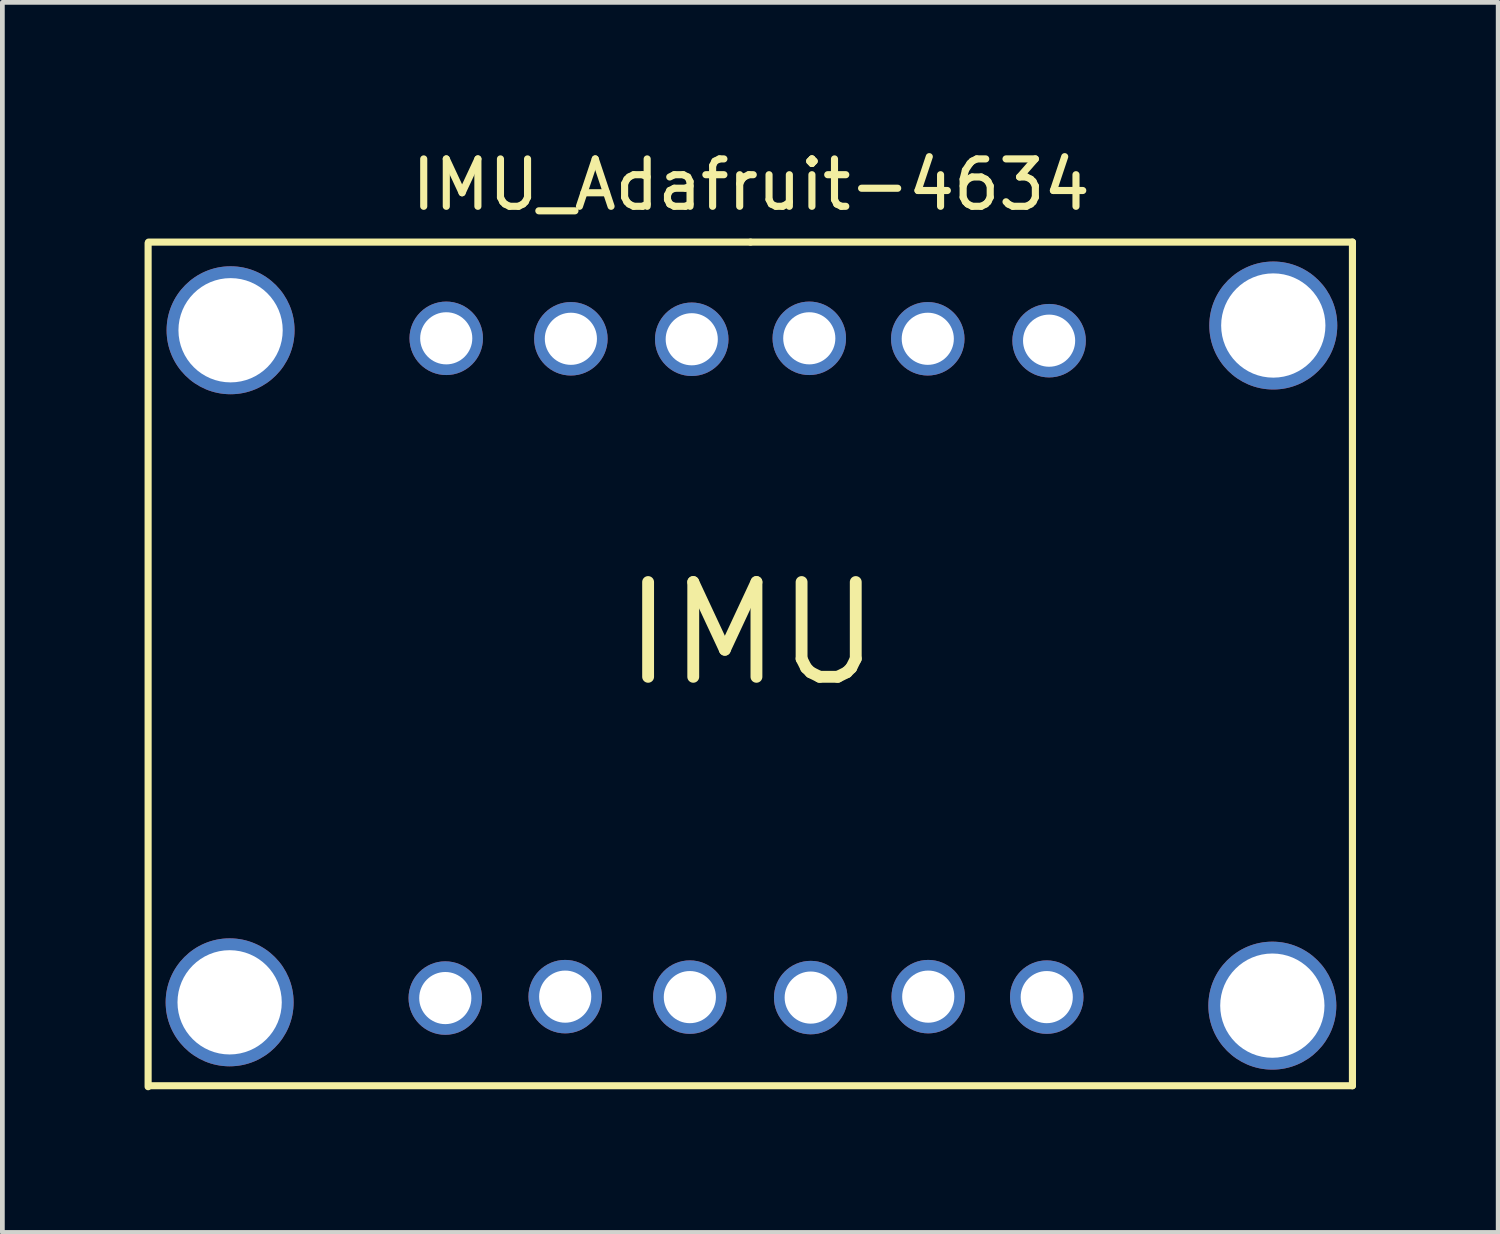
<source format=kicad_pcb>
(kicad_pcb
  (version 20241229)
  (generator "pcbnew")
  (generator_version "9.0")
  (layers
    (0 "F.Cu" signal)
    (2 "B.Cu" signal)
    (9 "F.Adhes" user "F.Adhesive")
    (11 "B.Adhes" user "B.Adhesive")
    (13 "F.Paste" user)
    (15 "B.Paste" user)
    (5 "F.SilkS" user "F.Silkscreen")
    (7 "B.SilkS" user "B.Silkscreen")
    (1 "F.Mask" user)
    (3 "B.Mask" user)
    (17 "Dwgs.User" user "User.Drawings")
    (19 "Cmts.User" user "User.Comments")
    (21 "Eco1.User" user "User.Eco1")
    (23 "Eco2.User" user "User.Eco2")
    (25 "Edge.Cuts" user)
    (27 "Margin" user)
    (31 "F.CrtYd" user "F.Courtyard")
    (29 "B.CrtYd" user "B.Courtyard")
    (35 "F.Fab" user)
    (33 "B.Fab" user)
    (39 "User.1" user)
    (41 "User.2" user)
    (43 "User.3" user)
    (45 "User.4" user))
  (footprint "IMU_Adafruit-4634"
    (layer "F.Cu")
    (at 24.045 4.098)
    (property "Reference" "IMU_Adafruit-4634" (at -11.25 -3.25 0) (layer "F.SilkS") (effects (font (size 1 1) (thickness 0.15))))
    (attr through_hole)
    (fp_line (start -23.97 -2.02) (end -23.97 15.78) (stroke (width 0.15) (type solid)) (layer "F.SilkS"))
    (fp_line (start -23.96 15.76) (end 1.44 15.76) (stroke (width 0.15) (type solid)) (layer "F.SilkS"))
    (fp_line (start -11.26 -2.04) (end -23.96 -2.04) (stroke (width 0.15) (type solid)) (layer "F.SilkS"))
    (fp_line (start -11.26 -2.04) (end 1.44 -2.04) (stroke (width 0.15) (type solid)) (layer "F.SilkS"))
    (fp_line (start 1.44 -2.04) (end 1.44 15.76) (stroke (width 0.15) (type solid)) (layer "F.SilkS"))
    (fp_text user "IMU" (at -11.23 6.22 0) (layer "F.SilkS") (effects (font (size 2 2) (thickness 0.25))))
    (pad "" thru_hole circle (at -22.25 14) (size 2.7 2.7) (drill 2.2) (layers "*.Cu" "*.Mask"))
    (pad "" thru_hole circle (at -22.23 -0.18) (size 2.7 2.7) (drill 2.2) (layers "*.Cu" "*.Mask"))
    (pad "" thru_hole circle (at -0.25 14.07) (size 2.7 2.7) (drill 2.2) (layers "*.Cu" "*.Mask"))
    (pad "" thru_hole circle (at -0.23 -0.28) (size 2.7 2.7) (drill 2.2) (layers "*.Cu" "*.Mask"))
    (pad "1" thru_hole circle (at -17.68 -0.01) (size 1.55 1.55) (drill 1.1) (layers "*.Cu" "*.Mask"))
    (pad "2" thru_hole circle (at -15.05 0) (size 1.55 1.55) (drill 1.1) (layers "*.Cu" "*.Mask"))
    (pad "3" thru_hole circle (at -12.5 0.01) (size 1.55 1.55) (drill 1.1) (layers "*.Cu" "*.Mask"))
    (pad "4" thru_hole circle (at -10.02 -0.01) (size 1.55 1.55) (drill 1.1) (layers "*.Cu" "*.Mask"))
    (pad "5" thru_hole circle (at -7.52 0) (size 1.55 1.55) (drill 1.1) (layers "*.Cu" "*.Mask"))
    (pad "6" thru_hole circle (at -4.96 0.04) (size 1.55 1.55) (drill 1.1) (layers "*.Cu" "*.Mask"))
    (pad "7" thru_hole circle (at -5.01 13.89) (size 1.55 1.55) (drill 1.1) (layers "*.Cu" "*.Mask"))
    (pad "8" thru_hole circle (at -7.51 13.88) (size 1.55 1.55) (drill 1.1) (layers "*.Cu" "*.Mask"))
    (pad "9" thru_hole circle (at -9.99 13.9) (size 1.55 1.55) (drill 1.1) (layers "*.Cu" "*.Mask"))
    (pad "10" thru_hole circle (at -12.54 13.89) (size 1.55 1.55) (drill 1.1) (layers "*.Cu" "*.Mask"))
    (pad "11" thru_hole circle (at -15.17 13.88) (size 1.55 1.55) (drill 1.1) (layers "*.Cu" "*.Mask"))
    (pad "12" thru_hole circle (at -17.7 13.91) (size 1.55 1.55) (drill 1.1) (layers "*.Cu" "*.Mask")))
  (gr_rect
    (start -3 -3)
    (end 28.56 22.953)
    (stroke (width 0.1) (type default))
    (fill no)
    (layer "Edge.Cuts")))
</source>
